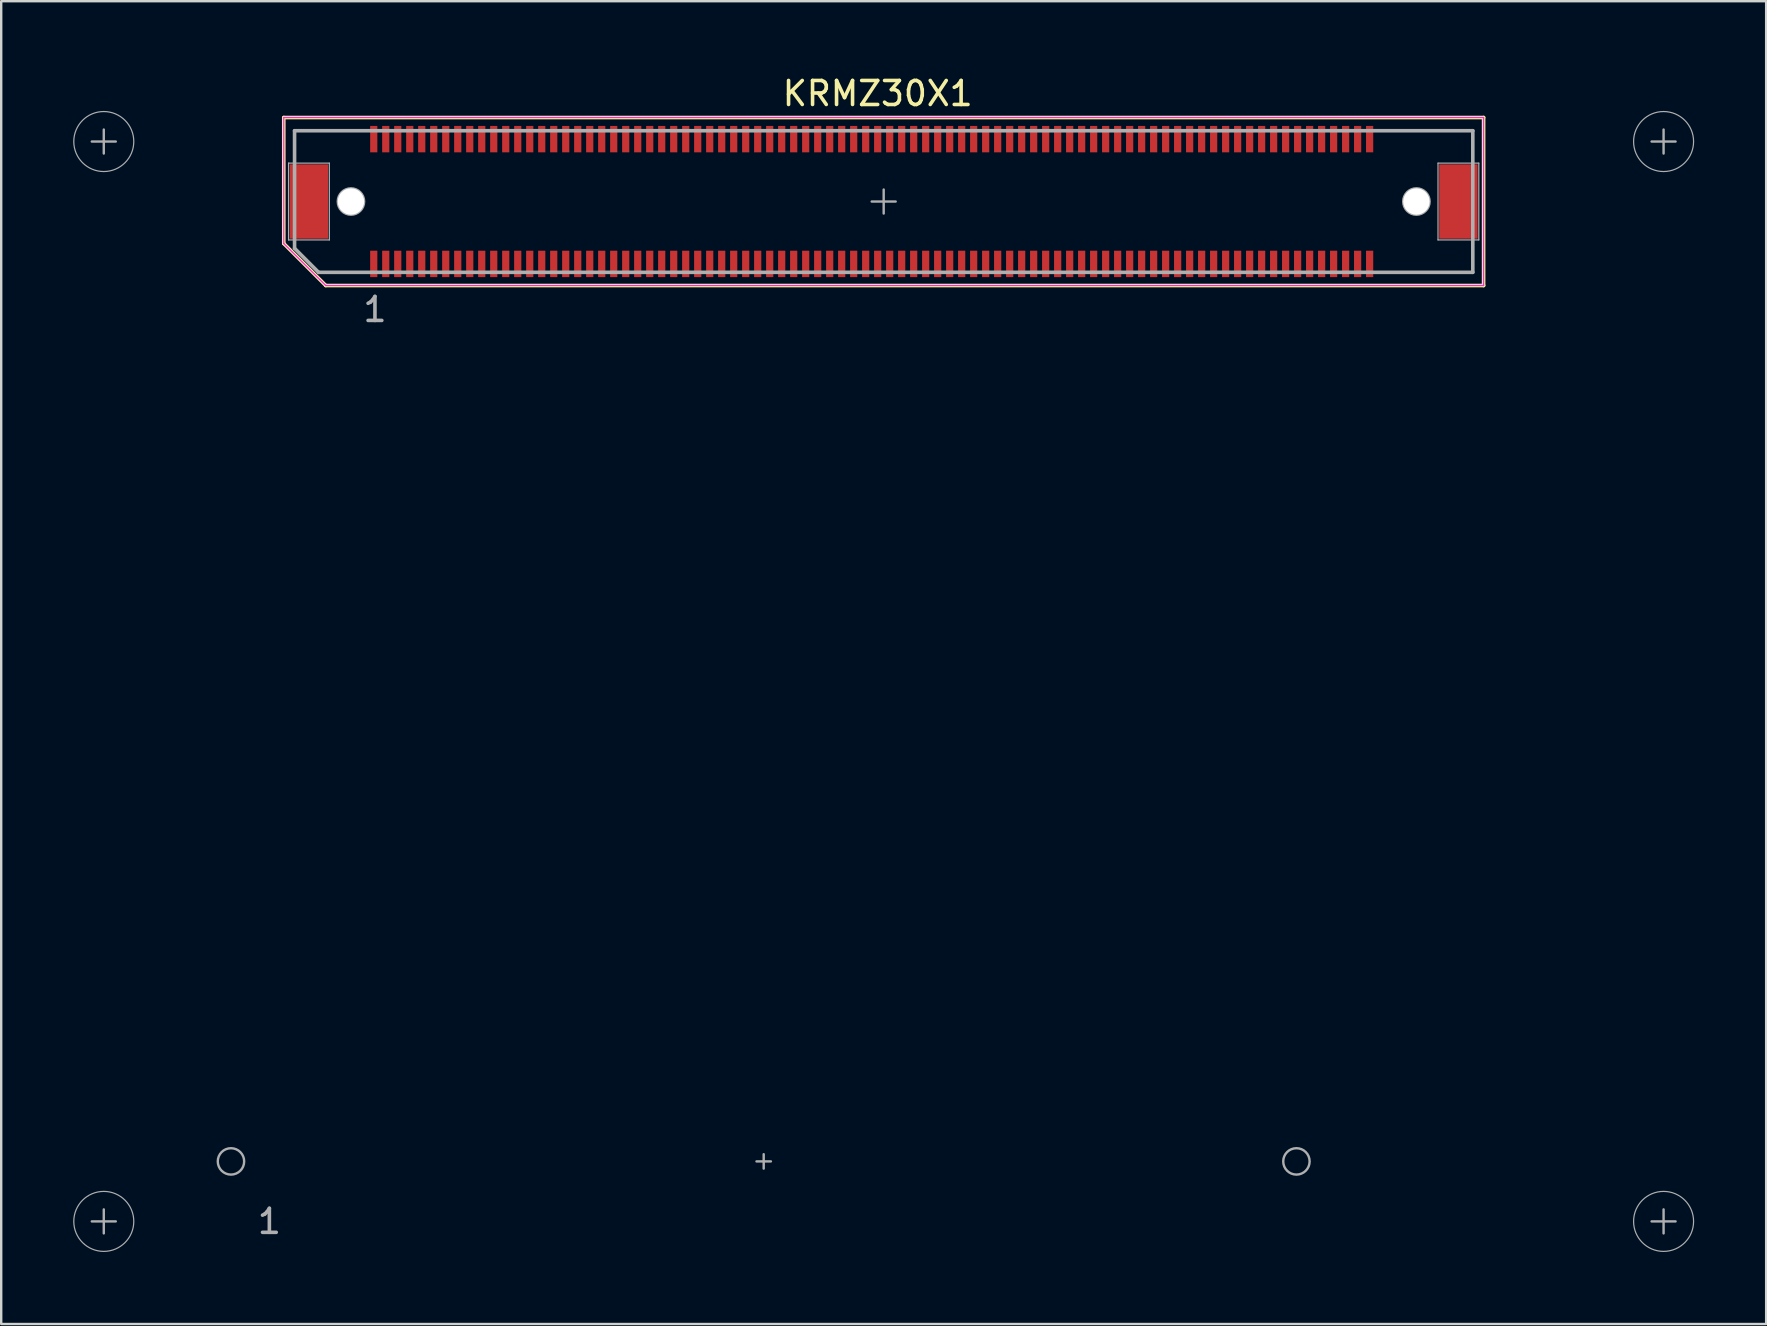
<source format=kicad_pcb>
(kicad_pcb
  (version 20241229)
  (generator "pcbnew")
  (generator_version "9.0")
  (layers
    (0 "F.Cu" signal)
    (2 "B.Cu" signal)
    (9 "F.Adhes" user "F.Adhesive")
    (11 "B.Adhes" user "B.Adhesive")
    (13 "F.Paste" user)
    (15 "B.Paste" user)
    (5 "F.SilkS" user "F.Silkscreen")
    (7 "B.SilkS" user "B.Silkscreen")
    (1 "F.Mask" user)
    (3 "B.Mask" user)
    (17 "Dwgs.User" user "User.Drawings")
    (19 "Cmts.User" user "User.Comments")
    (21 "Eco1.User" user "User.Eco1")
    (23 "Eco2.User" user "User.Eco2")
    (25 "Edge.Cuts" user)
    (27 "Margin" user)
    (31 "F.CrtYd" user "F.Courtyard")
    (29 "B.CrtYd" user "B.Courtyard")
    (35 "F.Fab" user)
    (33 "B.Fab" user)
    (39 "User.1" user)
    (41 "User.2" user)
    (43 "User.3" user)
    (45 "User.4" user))
  (footprint "KRMZ30X1"
    (layer "F.Cu")
    (at 33.775 5.348)
    (property "Reference" "KRMZ30X1" (at -0.25 -4.5 0) (layer "F.SilkS") (effects (font (size 1 1) (thickness 0.15))))
    (attr through_hole)
    (fp_line (start -25 -3.5) (end 25 -3.5) (stroke (width 0.15) (type solid)) (layer "F.SilkS"))
    (fp_line (start -25 1.75) (end -25 -3.5) (stroke (width 0.15) (type solid)) (layer "F.SilkS"))
    (fp_line (start -23.25 3.5) (end -25 1.75) (stroke (width 0.15) (type solid)) (layer "F.SilkS"))
    (fp_line (start 25 -3.5) (end 25 3.5) (stroke (width 0.15) (type solid)) (layer "F.SilkS"))
    (fp_line (start 25 3.5) (end -23.25 3.5) (stroke (width 0.15) (type solid)) (layer "F.SilkS"))
    (fp_line (start -25 -3.5) (end -25 1.75) (stroke (width 0.05) (type solid)) (layer "F.CrtYd"))
    (fp_line (start -25 1.75) (end -23.25 3.5) (stroke (width 0.05) (type solid)) (layer "F.CrtYd"))
    (fp_line (start -23.25 3.5) (end 25 3.5) (stroke (width 0.05) (type solid)) (layer "F.CrtYd"))
    (fp_line (start 25 -3.5) (end -25 -3.5) (stroke (width 0.05) (type solid)) (layer "F.CrtYd"))
    (fp_line (start 25 3.5) (end 25 -3.5) (stroke (width 0.05) (type solid)) (layer "F.CrtYd"))
    (fp_line (start -33 -2.5) (end -32 -2.5) (stroke (width 0.1) (type solid)) (layer "F.Fab"))
    (fp_line (start -33 42.5) (end -32 42.5) (stroke (width 0.1) (type solid)) (layer "F.Fab"))
    (fp_line (start -32.5 -3) (end -32.5 -2) (stroke (width 0.1) (type solid)) (layer "F.Fab"))
    (fp_line (start -32.5 42) (end -32.5 43) (stroke (width 0.1) (type solid)) (layer "F.Fab"))
    (fp_line (start -24.8 -1.6) (end -23.1 -1.6) (stroke (width 0.05) (type solid)) (layer "F.Fab"))
    (fp_line (start -24.8 1.6) (end -24.8 -1.6) (stroke (width 0.05) (type solid)) (layer "F.Fab"))
    (fp_line (start -24.55 -2.95) (end -24.55 1.95) (stroke (width 0.15) (type solid)) (layer "F.Fab"))
    (fp_line (start -24.55 -2.95) (end 24.55 -2.95) (stroke (width 0.15) (type solid)) (layer "F.Fab"))
    (fp_line (start -24.55 1.95) (end -23.55 2.95) (stroke (width 0.15) (type solid)) (layer "F.Fab"))
    (fp_line (start -23.55 2.95) (end 24.55 2.95) (stroke (width 0.15) (type solid)) (layer "F.Fab"))
    (fp_line (start -23.1 -1.6) (end -23.1 1.6) (stroke (width 0.05) (type solid)) (layer "F.Fab"))
    (fp_line (start -23.1 1.6) (end -24.8 1.6) (stroke (width 0.05) (type solid)) (layer "F.Fab"))
    (fp_line (start -5.3 40) (end -4.7 40) (stroke (width 0.1) (type solid)) (layer "F.Fab"))
    (fp_line (start -5 39.7) (end -5 40.3) (stroke (width 0.1) (type solid)) (layer "F.Fab"))
    (fp_line (start -0.5 0) (end 0.5 0) (stroke (width 0.1) (type solid)) (layer "F.Fab"))
    (fp_line (start 0 -0.5) (end 0 0.5) (stroke (width 0.1) (type solid)) (layer "F.Fab"))
    (fp_line (start 23.1 -1.6) (end 24.8 -1.6) (stroke (width 0.05) (type solid)) (layer "F.Fab"))
    (fp_line (start 23.1 1.6) (end 23.1 -1.6) (stroke (width 0.05) (type solid)) (layer "F.Fab"))
    (fp_line (start 24.55 -2.95) (end 24.55 2.95) (stroke (width 0.15) (type solid)) (layer "F.Fab"))
    (fp_line (start 24.8 -1.6) (end 24.8 1.6) (stroke (width 0.05) (type solid)) (layer "F.Fab"))
    (fp_line (start 24.8 1.6) (end 23.1 1.6) (stroke (width 0.05) (type solid)) (layer "F.Fab"))
    (fp_line (start 32 -2.5) (end 33 -2.5) (stroke (width 0.1) (type solid)) (layer "F.Fab"))
    (fp_line (start 32 42.5) (end 33 42.5) (stroke (width 0.1) (type solid)) (layer "F.Fab"))
    (fp_line (start 32.5 -3) (end 32.5 -2) (stroke (width 0.1) (type solid)) (layer "F.Fab"))
    (fp_line (start 32.5 42) (end 32.5 43) (stroke (width 0.1) (type solid)) (layer "F.Fab"))
    (fp_circle (center -32.5 -2.5) (end -32.5 -1.25) (stroke (width 0.05) (type solid)) (fill no) (layer "F.Fab"))
    (fp_circle (center -32.5 42.5) (end -32.5 43.75) (stroke (width 0.05) (type solid)) (fill no) (layer "F.Fab"))
    (fp_circle (center -27.2 40) (end -27.75 40) (stroke (width 0.1) (type solid)) (fill no) (layer "F.Fab"))
    (fp_circle (center -22.2 0) (end -22.75 0) (stroke (width 0.1) (type solid)) (fill no) (layer "F.Fab"))
    (fp_circle (center 17.2 40) (end 16.65 40) (stroke (width 0.1) (type solid)) (fill no) (layer "F.Fab"))
    (fp_circle (center 22.2 0) (end 22.75 0) (stroke (width 0.1) (type solid)) (fill no) (layer "F.Fab"))
    (fp_circle (center 32.5 -2.5) (end 32.5 -1.25) (stroke (width 0.05) (type solid)) (fill no) (layer "F.Fab"))
    (fp_circle (center 32.5 42.5) (end 32.5 43.75) (stroke (width 0.05) (type solid)) (fill no) (layer "F.Fab"))
    (fp_text user "1" (at -25.6 42.5 0) (layer "F.Fab") (effects (font (size 1 1) (thickness 0.15))))
    (fp_text user "1" (at -21.2 4.5 0) (layer "F.Fab") (effects (font (size 1 1) (thickness 0.15))))
    (pad "" smd rect (at -23.95 0) (size 1.6 3.1) (layers "F.Cu" "F.Mask" "F.Paste"))
    (pad "" np_thru_hole circle (at -22.2 0) (size 1.1 1.1) (drill 1.1) (layers "*.Mask" "F.Cu" "F.SilkS"))
    (pad "" np_thru_hole circle (at 22.2 0) (size 1.1 1.1) (drill 1.1) (layers "*.Mask" "F.Cu" "F.SilkS"))
    (pad "" smd rect (at 23.95 0) (size 1.6 3.1) (layers "F.Cu" "F.Mask" "F.Paste"))
    (pad "1" smd rect (at -21.25 2.6) (size 0.3 1.1) (layers "F.Cu" "F.Mask" "F.Paste"))
    (pad "2" smd rect (at -21.25 -2.6) (size 0.3 1.1) (layers "F.Cu" "F.Mask" "F.Paste"))
    (pad "3" smd rect (at -20.75 2.6) (size 0.3 1.1) (layers "F.Cu" "F.Mask" "F.Paste"))
    (pad "4" smd rect (at -20.75 -2.6) (size 0.3 1.1) (layers "F.Cu" "F.Mask" "F.Paste"))
    (pad "5" smd rect (at -20.25 2.6) (size 0.3 1.1) (layers "F.Cu" "F.Mask" "F.Paste"))
    (pad "6" smd rect (at -20.25 -2.6) (size 0.3 1.1) (layers "F.Cu" "F.Mask" "F.Paste"))
    (pad "7" smd rect (at -19.75 2.6) (size 0.3 1.1) (layers "F.Cu" "F.Mask" "F.Paste"))
    (pad "8" smd rect (at -19.75 -2.6) (size 0.3 1.1) (layers "F.Cu" "F.Mask" "F.Paste"))
    (pad "9" smd rect (at -19.25 2.6) (size 0.3 1.1) (layers "F.Cu" "F.Mask" "F.Paste"))
    (pad "10" smd rect (at -19.25 -2.6) (size 0.3 1.1) (layers "F.Cu" "F.Mask" "F.Paste"))
    (pad "11" smd rect (at -18.75 2.6) (size 0.3 1.1) (layers "F.Cu" "F.Mask" "F.Paste"))
    (pad "12" smd rect (at -18.75 -2.6) (size 0.3 1.1) (layers "F.Cu" "F.Mask" "F.Paste"))
    (pad "13" smd rect (at -18.25 2.6) (size 0.3 1.1) (layers "F.Cu" "F.Mask" "F.Paste"))
    (pad "14" smd rect (at -18.25 -2.6) (size 0.3 1.1) (layers "F.Cu" "F.Mask" "F.Paste"))
    (pad "15" smd rect (at -17.75 2.6) (size 0.3 1.1) (layers "F.Cu" "F.Mask" "F.Paste"))
    (pad "16" smd rect (at -17.75 -2.6) (size 0.3 1.1) (layers "F.Cu" "F.Mask" "F.Paste"))
    (pad "17" smd rect (at -17.25 2.6) (size 0.3 1.1) (layers "F.Cu" "F.Mask" "F.Paste"))
    (pad "18" smd rect (at -17.25 -2.6) (size 0.3 1.1) (layers "F.Cu" "F.Mask" "F.Paste"))
    (pad "19" smd rect (at -16.75 2.6) (size 0.3 1.1) (layers "F.Cu" "F.Mask" "F.Paste"))
    (pad "20" smd rect (at -16.75 -2.6) (size 0.3 1.1) (layers "F.Cu" "F.Mask" "F.Paste"))
    (pad "21" smd rect (at -16.25 2.6) (size 0.3 1.1) (layers "F.Cu" "F.Mask" "F.Paste"))
    (pad "22" smd rect (at -16.25 -2.6) (size 0.3 1.1) (layers "F.Cu" "F.Mask" "F.Paste"))
    (pad "23" smd rect (at -15.75 2.6) (size 0.3 1.1) (layers "F.Cu" "F.Mask" "F.Paste"))
    (pad "24" smd rect (at -15.75 -2.6) (size 0.3 1.1) (layers "F.Cu" "F.Mask" "F.Paste"))
    (pad "25" smd rect (at -15.25 2.6) (size 0.3 1.1) (layers "F.Cu" "F.Mask" "F.Paste"))
    (pad "26" smd rect (at -15.25 -2.6) (size 0.3 1.1) (layers "F.Cu" "F.Mask" "F.Paste"))
    (pad "27" smd rect (at -14.75 2.6) (size 0.3 1.1) (layers "F.Cu" "F.Mask" "F.Paste"))
    (pad "28" smd rect (at -14.75 -2.6) (size 0.3 1.1) (layers "F.Cu" "F.Mask" "F.Paste"))
    (pad "29" smd rect (at -14.25 2.6) (size 0.3 1.1) (layers "F.Cu" "F.Mask" "F.Paste"))
    (pad "30" smd rect (at -14.25 -2.6) (size 0.3 1.1) (layers "F.Cu" "F.Mask" "F.Paste"))
    (pad "31" smd rect (at -13.75 2.6) (size 0.3 1.1) (layers "F.Cu" "F.Mask" "F.Paste"))
    (pad "32" smd rect (at -13.75 -2.6) (size 0.3 1.1) (layers "F.Cu" "F.Mask" "F.Paste"))
    (pad "33" smd rect (at -13.25 2.6) (size 0.3 1.1) (layers "F.Cu" "F.Mask" "F.Paste"))
    (pad "34" smd rect (at -13.25 -2.6) (size 0.3 1.1) (layers "F.Cu" "F.Mask" "F.Paste"))
    (pad "35" smd rect (at -12.75 2.6) (size 0.3 1.1) (layers "F.Cu" "F.Mask" "F.Paste"))
    (pad "36" smd rect (at -12.75 -2.6) (size 0.3 1.1) (layers "F.Cu" "F.Mask" "F.Paste"))
    (pad "37" smd rect (at -12.25 2.6) (size 0.3 1.1) (layers "F.Cu" "F.Mask" "F.Paste"))
    (pad "38" smd rect (at -12.25 -2.6) (size 0.3 1.1) (layers "F.Cu" "F.Mask" "F.Paste"))
    (pad "39" smd rect (at -11.75 2.6) (size 0.3 1.1) (layers "F.Cu" "F.Mask" "F.Paste"))
    (pad "40" smd rect (at -11.75 -2.6) (size 0.3 1.1) (layers "F.Cu" "F.Mask" "F.Paste"))
    (pad "41" smd rect (at -11.25 2.6) (size 0.3 1.1) (layers "F.Cu" "F.Mask" "F.Paste"))
    (pad "42" smd rect (at -11.25 -2.6) (size 0.3 1.1) (layers "F.Cu" "F.Mask" "F.Paste"))
    (pad "43" smd rect (at -10.75 2.6) (size 0.3 1.1) (layers "F.Cu" "F.Mask" "F.Paste"))
    (pad "44" smd rect (at -10.75 -2.6) (size 0.3 1.1) (layers "F.Cu" "F.Mask" "F.Paste"))
    (pad "45" smd rect (at -10.25 2.6) (size 0.3 1.1) (layers "F.Cu" "F.Mask" "F.Paste"))
    (pad "46" smd rect (at -10.25 -2.6) (size 0.3 1.1) (layers "F.Cu" "F.Mask" "F.Paste"))
    (pad "47" smd rect (at -9.75 2.6) (size 0.3 1.1) (layers "F.Cu" "F.Mask" "F.Paste"))
    (pad "48" smd rect (at -9.75 -2.6) (size 0.3 1.1) (layers "F.Cu" "F.Mask" "F.Paste"))
    (pad "49" smd rect (at -9.25 2.6) (size 0.3 1.1) (layers "F.Cu" "F.Mask" "F.Paste"))
    (pad "50" smd rect (at -9.25 -2.6) (size 0.3 1.1) (layers "F.Cu" "F.Mask" "F.Paste"))
    (pad "51" smd rect (at -8.75 2.6) (size 0.3 1.1) (layers "F.Cu" "F.Mask" "F.Paste"))
    (pad "52" smd rect (at -8.75 -2.6) (size 0.3 1.1) (layers "F.Cu" "F.Mask" "F.Paste"))
    (pad "53" smd rect (at -8.25 2.6) (size 0.3 1.1) (layers "F.Cu" "F.Mask" "F.Paste"))
    (pad "54" smd rect (at -8.25 -2.6) (size 0.3 1.1) (layers "F.Cu" "F.Mask" "F.Paste"))
    (pad "55" smd rect (at -7.75 2.6) (size 0.3 1.1) (layers "F.Cu" "F.Mask" "F.Paste"))
    (pad "56" smd rect (at -7.75 -2.6) (size 0.3 1.1) (layers "F.Cu" "F.Mask" "F.Paste"))
    (pad "57" smd rect (at -7.25 2.6) (size 0.3 1.1) (layers "F.Cu" "F.Mask" "F.Paste"))
    (pad "58" smd rect (at -7.25 -2.6) (size 0.3 1.1) (layers "F.Cu" "F.Mask" "F.Paste"))
    (pad "59" smd rect (at -6.75 2.6) (size 0.3 1.1) (layers "F.Cu" "F.Mask" "F.Paste"))
    (pad "60" smd rect (at -6.75 -2.6) (size 0.3 1.1) (layers "F.Cu" "F.Mask" "F.Paste"))
    (pad "61" smd rect (at -6.25 2.6) (size 0.3 1.1) (layers "F.Cu" "F.Mask" "F.Paste"))
    (pad "62" smd rect (at -6.25 -2.6) (size 0.3 1.1) (layers "F.Cu" "F.Mask" "F.Paste"))
    (pad "63" smd rect (at -5.75 2.6) (size 0.3 1.1) (layers "F.Cu" "F.Mask" "F.Paste"))
    (pad "64" smd rect (at -5.75 -2.6) (size 0.3 1.1) (layers "F.Cu" "F.Mask" "F.Paste"))
    (pad "65" smd rect (at -5.25 2.6) (size 0.3 1.1) (layers "F.Cu" "F.Mask" "F.Paste"))
    (pad "66" smd rect (at -5.25 -2.6) (size 0.3 1.1) (layers "F.Cu" "F.Mask" "F.Paste"))
    (pad "67" smd rect (at -4.75 2.6) (size 0.3 1.1) (layers "F.Cu" "F.Mask" "F.Paste"))
    (pad "68" smd rect (at -4.75 -2.6) (size 0.3 1.1) (layers "F.Cu" "F.Mask" "F.Paste"))
    (pad "69" smd rect (at -4.25 2.6) (size 0.3 1.1) (layers "F.Cu" "F.Mask" "F.Paste"))
    (pad "70" smd rect (at -4.25 -2.6) (size 0.3 1.1) (layers "F.Cu" "F.Mask" "F.Paste"))
    (pad "71" smd rect (at -3.75 2.6) (size 0.3 1.1) (layers "F.Cu" "F.Mask" "F.Paste"))
    (pad "72" smd rect (at -3.75 -2.6) (size 0.3 1.1) (layers "F.Cu" "F.Mask" "F.Paste"))
    (pad "73" smd rect (at -3.25 2.6) (size 0.3 1.1) (layers "F.Cu" "F.Mask" "F.Paste"))
    (pad "74" smd rect (at -3.25 -2.6) (size 0.3 1.1) (layers "F.Cu" "F.Mask" "F.Paste"))
    (pad "75" smd rect (at -2.75 2.6) (size 0.3 1.1) (layers "F.Cu" "F.Mask" "F.Paste"))
    (pad "76" smd rect (at -2.75 -2.6) (size 0.3 1.1) (layers "F.Cu" "F.Mask" "F.Paste"))
    (pad "77" smd rect (at -2.25 2.6) (size 0.3 1.1) (layers "F.Cu" "F.Mask" "F.Paste"))
    (pad "78" smd rect (at -2.25 -2.6) (size 0.3 1.1) (layers "F.Cu" "F.Mask" "F.Paste"))
    (pad "79" smd rect (at -1.75 2.6) (size 0.3 1.1) (layers "F.Cu" "F.Mask" "F.Paste"))
    (pad "80" smd rect (at -1.75 -2.6) (size 0.3 1.1) (layers "F.Cu" "F.Mask" "F.Paste"))
    (pad "81" smd rect (at -1.25 2.6) (size 0.3 1.1) (layers "F.Cu" "F.Mask" "F.Paste"))
    (pad "82" smd rect (at -1.25 -2.6) (size 0.3 1.1) (layers "F.Cu" "F.Mask" "F.Paste"))
    (pad "83" smd rect (at -0.75 2.6) (size 0.3 1.1) (layers "F.Cu" "F.Mask" "F.Paste"))
    (pad "84" smd rect (at -0.75 -2.6) (size 0.3 1.1) (layers "F.Cu" "F.Mask" "F.Paste"))
    (pad "85" smd rect (at -0.25 2.6) (size 0.3 1.1) (layers "F.Cu" "F.Mask" "F.Paste"))
    (pad "86" smd rect (at -0.25 -2.6) (size 0.3 1.1) (layers "F.Cu" "F.Mask" "F.Paste"))
    (pad "87" smd rect (at 0.25 2.6) (size 0.3 1.1) (layers "F.Cu" "F.Mask" "F.Paste"))
    (pad "88" smd rect (at 0.25 -2.6) (size 0.3 1.1) (layers "F.Cu" "F.Mask" "F.Paste"))
    (pad "89" smd rect (at 0.75 2.6) (size 0.3 1.1) (layers "F.Cu" "F.Mask" "F.Paste"))
    (pad "90" smd rect (at 0.75 -2.6) (size 0.3 1.1) (layers "F.Cu" "F.Mask" "F.Paste"))
    (pad "91" smd rect (at 1.25 2.6) (size 0.3 1.1) (layers "F.Cu" "F.Mask" "F.Paste"))
    (pad "92" smd rect (at 1.25 -2.6) (size 0.3 1.1) (layers "F.Cu" "F.Mask" "F.Paste"))
    (pad "93" smd rect (at 1.75 2.6) (size 0.3 1.1) (layers "F.Cu" "F.Mask" "F.Paste"))
    (pad "94" smd rect (at 1.75 -2.6) (size 0.3 1.1) (layers "F.Cu" "F.Mask" "F.Paste"))
    (pad "95" smd rect (at 2.25 2.6) (size 0.3 1.1) (layers "F.Cu" "F.Mask" "F.Paste"))
    (pad "96" smd rect (at 2.25 -2.6) (size 0.3 1.1) (layers "F.Cu" "F.Mask" "F.Paste"))
    (pad "97" smd rect (at 2.75 2.6) (size 0.3 1.1) (layers "F.Cu" "F.Mask" "F.Paste"))
    (pad "98" smd rect (at 2.75 -2.6) (size 0.3 1.1) (layers "F.Cu" "F.Mask" "F.Paste"))
    (pad "99" smd rect (at 3.25 2.6) (size 0.3 1.1) (layers "F.Cu" "F.Mask" "F.Paste"))
    (pad "100" smd rect (at 3.25 -2.6) (size 0.3 1.1) (layers "F.Cu" "F.Mask" "F.Paste"))
    (pad "101" smd rect (at 3.75 2.6) (size 0.3 1.1) (layers "F.Cu" "F.Mask" "F.Paste"))
    (pad "102" smd rect (at 3.75 -2.6) (size 0.3 1.1) (layers "F.Cu" "F.Mask" "F.Paste"))
    (pad "103" smd rect (at 4.25 2.6) (size 0.3 1.1) (layers "F.Cu" "F.Mask" "F.Paste"))
    (pad "104" smd rect (at 4.25 -2.6) (size 0.3 1.1) (layers "F.Cu" "F.Mask" "F.Paste"))
    (pad "105" smd rect (at 4.75 2.6) (size 0.3 1.1) (layers "F.Cu" "F.Mask" "F.Paste"))
    (pad "106" smd rect (at 4.75 -2.6) (size 0.3 1.1) (layers "F.Cu" "F.Mask" "F.Paste"))
    (pad "107" smd rect (at 5.25 2.6) (size 0.3 1.1) (layers "F.Cu" "F.Mask" "F.Paste"))
    (pad "108" smd rect (at 5.25 -2.6) (size 0.3 1.1) (layers "F.Cu" "F.Mask" "F.Paste"))
    (pad "109" smd rect (at 5.75 2.6) (size 0.3 1.1) (layers "F.Cu" "F.Mask" "F.Paste"))
    (pad "110" smd rect (at 5.75 -2.6) (size 0.3 1.1) (layers "F.Cu" "F.Mask" "F.Paste"))
    (pad "111" smd rect (at 6.25 2.6) (size 0.3 1.1) (layers "F.Cu" "F.Mask" "F.Paste"))
    (pad "112" smd rect (at 6.25 -2.6) (size 0.3 1.1) (layers "F.Cu" "F.Mask" "F.Paste"))
    (pad "113" smd rect (at 6.75 2.6) (size 0.3 1.1) (layers "F.Cu" "F.Mask" "F.Paste"))
    (pad "114" smd rect (at 6.75 -2.6) (size 0.3 1.1) (layers "F.Cu" "F.Mask" "F.Paste"))
    (pad "115" smd rect (at 7.25 2.6) (size 0.3 1.1) (layers "F.Cu" "F.Mask" "F.Paste"))
    (pad "116" smd rect (at 7.25 -2.6) (size 0.3 1.1) (layers "F.Cu" "F.Mask" "F.Paste"))
    (pad "117" smd rect (at 7.75 2.6) (size 0.3 1.1) (layers "F.Cu" "F.Mask" "F.Paste"))
    (pad "118" smd rect (at 7.75 -2.6) (size 0.3 1.1) (layers "F.Cu" "F.Mask" "F.Paste"))
    (pad "119" smd rect (at 8.25 2.6) (size 0.3 1.1) (layers "F.Cu" "F.Mask" "F.Paste"))
    (pad "120" smd rect (at 8.25 -2.6) (size 0.3 1.1) (layers "F.Cu" "F.Mask" "F.Paste"))
    (pad "121" smd rect (at 8.75 2.6) (size 0.3 1.1) (layers "F.Cu" "F.Mask" "F.Paste"))
    (pad "122" smd rect (at 8.75 -2.6) (size 0.3 1.1) (layers "F.Cu" "F.Mask" "F.Paste"))
    (pad "123" smd rect (at 9.25 2.6) (size 0.3 1.1) (layers "F.Cu" "F.Mask" "F.Paste"))
    (pad "124" smd rect (at 9.25 -2.6) (size 0.3 1.1) (layers "F.Cu" "F.Mask" "F.Paste"))
    (pad "125" smd rect (at 9.75 2.6) (size 0.3 1.1) (layers "F.Cu" "F.Mask" "F.Paste"))
    (pad "126" smd rect (at 9.75 -2.6) (size 0.3 1.1) (layers "F.Cu" "F.Mask" "F.Paste"))
    (pad "127" smd rect (at 10.25 2.6) (size 0.3 1.1) (layers "F.Cu" "F.Mask" "F.Paste"))
    (pad "128" smd rect (at 10.25 -2.6) (size 0.3 1.1) (layers "F.Cu" "F.Mask" "F.Paste"))
    (pad "129" smd rect (at 10.75 2.6) (size 0.3 1.1) (layers "F.Cu" "F.Mask" "F.Paste"))
    (pad "130" smd rect (at 10.75 -2.6) (size 0.3 1.1) (layers "F.Cu" "F.Mask" "F.Paste"))
    (pad "131" smd rect (at 11.25 2.6) (size 0.3 1.1) (layers "F.Cu" "F.Mask" "F.Paste"))
    (pad "132" smd rect (at 11.25 -2.6) (size 0.3 1.1) (layers "F.Cu" "F.Mask" "F.Paste"))
    (pad "133" smd rect (at 11.75 2.6) (size 0.3 1.1) (layers "F.Cu" "F.Mask" "F.Paste"))
    (pad "134" smd rect (at 11.75 -2.6) (size 0.3 1.1) (layers "F.Cu" "F.Mask" "F.Paste"))
    (pad "135" smd rect (at 12.25 2.6) (size 0.3 1.1) (layers "F.Cu" "F.Mask" "F.Paste"))
    (pad "136" smd rect (at 12.25 -2.6) (size 0.3 1.1) (layers "F.Cu" "F.Mask" "F.Paste"))
    (pad "137" smd rect (at 12.75 2.6) (size 0.3 1.1) (layers "F.Cu" "F.Mask" "F.Paste"))
    (pad "138" smd rect (at 12.75 -2.6) (size 0.3 1.1) (layers "F.Cu" "F.Mask" "F.Paste"))
    (pad "139" smd rect (at 13.25 2.6) (size 0.3 1.1) (layers "F.Cu" "F.Mask" "F.Paste"))
    (pad "140" smd rect (at 13.25 -2.6) (size 0.3 1.1) (layers "F.Cu" "F.Mask" "F.Paste"))
    (pad "141" smd rect (at 13.75 2.6) (size 0.3 1.1) (layers "F.Cu" "F.Mask" "F.Paste"))
    (pad "142" smd rect (at 13.75 -2.6) (size 0.3 1.1) (layers "F.Cu" "F.Mask" "F.Paste"))
    (pad "143" smd rect (at 14.25 2.6) (size 0.3 1.1) (layers "F.Cu" "F.Mask" "F.Paste"))
    (pad "144" smd rect (at 14.25 -2.6) (size 0.3 1.1) (layers "F.Cu" "F.Mask" "F.Paste"))
    (pad "145" smd rect (at 14.75 2.6) (size 0.3 1.1) (layers "F.Cu" "F.Mask" "F.Paste"))
    (pad "146" smd rect (at 14.75 -2.6) (size 0.3 1.1) (layers "F.Cu" "F.Mask" "F.Paste"))
    (pad "147" smd rect (at 15.25 2.6) (size 0.3 1.1) (layers "F.Cu" "F.Mask" "F.Paste"))
    (pad "148" smd rect (at 15.25 -2.6) (size 0.3 1.1) (layers "F.Cu" "F.Mask" "F.Paste"))
    (pad "149" smd rect (at 15.75 2.6) (size 0.3 1.1) (layers "F.Cu" "F.Mask" "F.Paste"))
    (pad "150" smd rect (at 15.75 -2.6) (size 0.3 1.1) (layers "F.Cu" "F.Mask" "F.Paste"))
    (pad "151" smd rect (at 16.25 2.6) (size 0.3 1.1) (layers "F.Cu" "F.Mask" "F.Paste"))
    (pad "152" smd rect (at 16.25 -2.6) (size 0.3 1.1) (layers "F.Cu" "F.Mask" "F.Paste"))
    (pad "153" smd rect (at 16.75 2.6) (size 0.3 1.1) (layers "F.Cu" "F.Mask" "F.Paste"))
    (pad "154" smd rect (at 16.75 -2.6) (size 0.3 1.1) (layers "F.Cu" "F.Mask" "F.Paste"))
    (pad "155" smd rect (at 17.25 2.6) (size 0.3 1.1) (layers "F.Cu" "F.Mask" "F.Paste"))
    (pad "156" smd rect (at 17.25 -2.6) (size 0.3 1.1) (layers "F.Cu" "F.Mask" "F.Paste"))
    (pad "157" smd rect (at 17.75 2.6) (size 0.3 1.1) (layers "F.Cu" "F.Mask" "F.Paste"))
    (pad "158" smd rect (at 17.75 -2.6) (size 0.3 1.1) (layers "F.Cu" "F.Mask" "F.Paste"))
    (pad "159" smd rect (at 18.25 2.6) (size 0.3 1.1) (layers "F.Cu" "F.Mask" "F.Paste"))
    (pad "160" smd rect (at 18.25 -2.6) (size 0.3 1.1) (layers "F.Cu" "F.Mask" "F.Paste"))
    (pad "161" smd rect (at 18.75 2.6) (size 0.3 1.1) (layers "F.Cu" "F.Mask" "F.Paste"))
    (pad "162" smd rect (at 18.75 -2.6) (size 0.3 1.1) (layers "F.Cu" "F.Mask" "F.Paste"))
    (pad "163" smd rect (at 19.25 2.6) (size 0.3 1.1) (layers "F.Cu" "F.Mask" "F.Paste"))
    (pad "164" smd rect (at 19.25 -2.6) (size 0.3 1.1) (layers "F.Cu" "F.Mask" "F.Paste"))
    (pad "165" smd rect (at 19.75 2.6) (size 0.3 1.1) (layers "F.Cu" "F.Mask" "F.Paste"))
    (pad "166" smd rect (at 19.75 -2.6) (size 0.3 1.1) (layers "F.Cu" "F.Mask" "F.Paste"))
    (pad "167" smd rect (at 20.25 2.6) (size 0.3 1.1) (layers "F.Cu" "F.Mask" "F.Paste"))
    (pad "168" smd rect (at 20.25 -2.6) (size 0.3 1.1) (layers "F.Cu" "F.Mask" "F.Paste")))
  (gr_rect
    (start -3 -3)
    (end 70.55 52.123)
    (stroke (width 0.1) (type default))
    (fill no)
    (layer "Edge.Cuts")))
</source>
